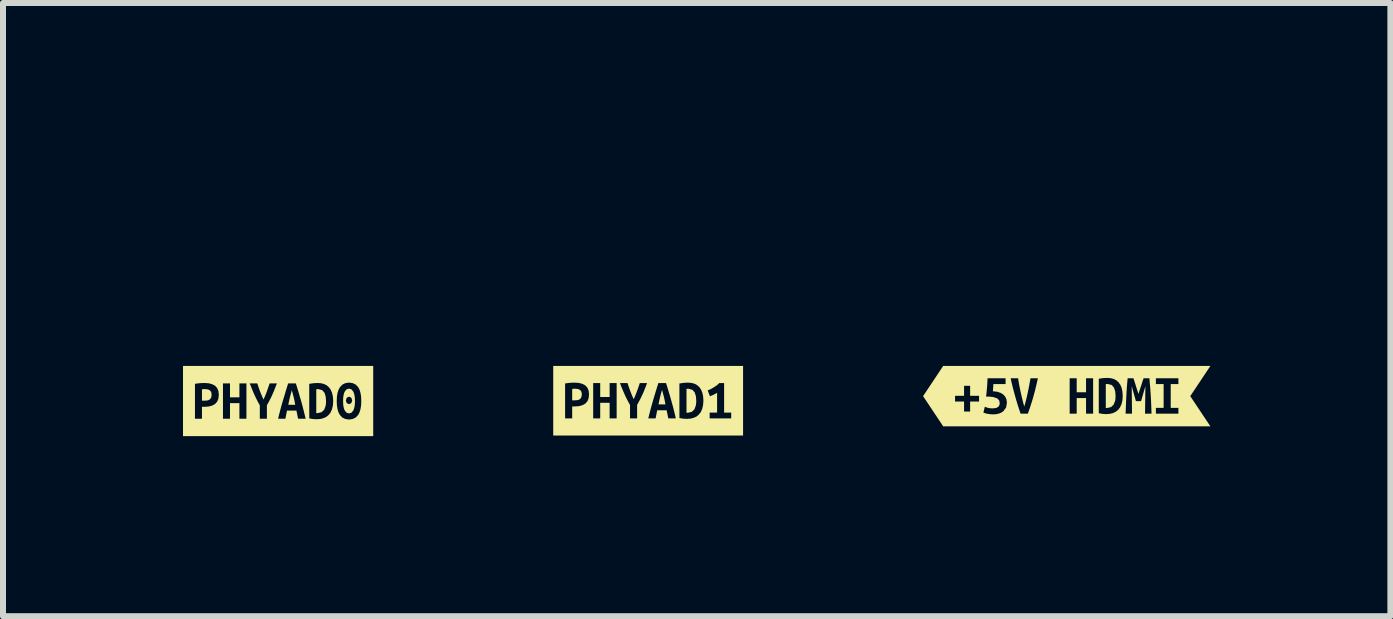
<source format=kicad_pcb>
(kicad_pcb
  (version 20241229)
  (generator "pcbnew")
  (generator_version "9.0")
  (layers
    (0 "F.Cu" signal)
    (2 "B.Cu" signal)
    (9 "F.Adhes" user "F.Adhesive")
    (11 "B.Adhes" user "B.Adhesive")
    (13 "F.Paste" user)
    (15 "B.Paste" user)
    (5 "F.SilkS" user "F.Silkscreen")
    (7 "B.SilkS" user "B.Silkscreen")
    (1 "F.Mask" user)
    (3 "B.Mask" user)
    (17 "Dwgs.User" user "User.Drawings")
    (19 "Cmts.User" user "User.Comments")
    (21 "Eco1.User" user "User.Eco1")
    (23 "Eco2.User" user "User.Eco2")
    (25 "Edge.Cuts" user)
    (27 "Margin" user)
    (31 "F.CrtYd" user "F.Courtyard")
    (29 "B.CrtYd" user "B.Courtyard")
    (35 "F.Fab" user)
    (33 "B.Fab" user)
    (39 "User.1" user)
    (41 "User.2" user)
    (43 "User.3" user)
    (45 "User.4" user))
  (footprint "kibuzzard-65A8FECF"
    (layer "F.Cu")
    (at 7.752 3.629)
    (property "Reference" "kibuzzard-65A8FECF" (at 0 -3.628 0) (layer "F.SilkS") (effects (font (size 0.001 0.001) (thickness 0.15))))
    (attr board_only exclude_from_pos_files exclude_from_bom)
    (fp_poly (pts (xy 0.231 -0.181) (xy 0.213 -0.118) (xy 0.198 -0.059) (xy 0.185 0) (xy 0.173 0.061) (xy 0.288 0.061) (xy 0.277 0) (xy 0.264 -0.059) (xy 0.249 -0.118) (xy 0.231 -0.181)) (stroke (width 0) (type solid)) (fill yes) (layer "F.SilkS"))
    (fp_poly (pts (xy -1.208 -0.2) (xy -1.237 -0.2) (xy -1.266 -0.197) (xy -1.266 -0.007) (xy -1.219 -0.007) (xy -1.169 -0.012) (xy -1.134 -0.029) (xy -1.113 -0.059) (xy -1.105 -0.106) (xy -1.112 -0.15) (xy -1.133 -0.179) (xy -1.166 -0.195) (xy -1.208 -0.2)) (stroke (width 0) (type solid)) (fill yes) (layer "F.SilkS"))
    (fp_poly (pts (xy 0.639 0.199) (xy 0.649 0.2) (xy 0.66 0.2) (xy 0.727 0.185) (xy 0.771 0.143) (xy 0.794 0.08) (xy 0.8 0.041) (xy 0.802 -0.001) (xy 0.796 -0.075) (xy 0.776 -0.139) (xy 0.737 -0.183) (xy 0.673 -0.2) (xy 0.656 -0.2) (xy 0.639 -0.197) (xy 0.639 0.199)) (stroke (width 0) (type solid)) (fill yes) (layer "F.SilkS"))
    (fp_poly (pts (xy -1.384 -0.58) (xy -1.582 -0.58) (xy -1.582 0.58) (xy -1.384 0.58) (xy -1.266 0.58) (xy -1.266 0.294) (xy -1.384 0.294) (xy -1.384 -0.288) (xy -1.345 -0.294) (xy -1.302 -0.299) (xy -1.259 -0.301) (xy -1.222 -0.302) (xy -1.152 -0.297) (xy -1.094 -0.281) (xy -1.047 -0.256) (xy -1.013 -0.218) (xy -0.992 -0.168) (xy -0.985 -0.105) (xy -0.992 -0.041) (xy -1.013 0.01) (xy -1.048 0.048) (xy -1.095 0.074) (xy -1.154 0.09) (xy -1.224 0.095) (xy -1.266 0.095) (xy -1.266 0.294) (xy -1.266 0.58) (xy -0.525 0.58) (xy -0.525 0.294) (xy -0.642 0.294) (xy -0.642 0.034) (xy -0.799 0.034) (xy -0.799 0.294) (xy -0.916 0.294) (xy -0.916 -0.295) (xy -0.799 -0.295) (xy -0.799 -0.063) (xy -0.642 -0.063) (xy -0.642 -0.295) (xy -0.525 -0.295) (xy -0.525 0.294) (xy -0.525 0.58) (xy -0.184 0.58) (xy -0.184 0.294) (xy -0.302 0.294) (xy -0.302 0.07) (xy -0.336 0.009) (xy -0.367 -0.051) (xy -0.394 -0.11) (xy -0.42 -0.17) (xy -0.446 -0.232) (xy -0.47 -0.295) (xy -0.344 -0.295) (xy -0.321 -0.226) (xy -0.296 -0.156) (xy -0.269 -0.088) (xy -0.241 -0.026) (xy -0.216 -0.081) (xy -0.189 -0.151) (xy -0.175 -0.189) (xy -0.162 -0.227) (xy -0.139 -0.295) (xy -0.018 -0.295) (xy -0.036 -0.247) (xy -0.054 -0.201) (xy -0.072 -0.155) (xy -0.092 -0.11) (xy -0.113 -0.066) (xy -0.135 -0.021) (xy -0.159 0.023) (xy -0.184 0.07) (xy -0.184 0.294) (xy -0.184 0.58) (xy 0.336 0.58) (xy 0.336 0.294) (xy 0.308 0.158) (xy 0.151 0.158) (xy 0.124 0.294) (xy 0.002 0.294) (xy 0.019 0.226) (xy 0.036 0.16) (xy 0.053 0.096) (xy 0.07 0.035) (xy 0.087 -0.023) (xy 0.108 -0.094) (xy 0.129 -0.163) (xy 0.15 -0.23) (xy 0.17 -0.295) (xy 0.298 -0.295) (xy 0.319 -0.23) (xy 0.339 -0.162) (xy 0.36 -0.092) (xy 0.381 -0.02) (xy 0.397 0.039) (xy 0.414 0.1) (xy 0.43 0.163) (xy 0.446 0.227) (xy 0.461 0.294) (xy 0.336 0.294) (xy 0.336 0.58) (xy 0.647 0.58) (xy 0.647 0.302) (xy 0.586 0.299) (xy 0.521 0.288) (xy 0.521 -0.288) (xy 0.597 -0.299) (xy 0.662 -0.302) (xy 0.718 -0.298) (xy 0.769 -0.285) (xy 0.813 -0.263) (xy 0.85 -0.231) (xy 0.88 -0.189) (xy 0.902 -0.138) (xy 0.916 -0.075) (xy 0.921 -0.001) (xy 0.915 0.075) (xy 0.9 0.139) (xy 0.876 0.191) (xy 0.843 0.232) (xy 0.804 0.264) (xy 0.757 0.285) (xy 0.705 0.298) (xy 0.647 0.302) (xy 0.647 0.58) (xy 1.384 0.58) (xy 1.384 0.294) (xy 1.025 0.294) (xy 1.025 0.197) (xy 1.149 0.197) (xy 1.149 -0.132) (xy 1.088 -0.099) (xy 1.03 -0.075) (xy 0.992 -0.172) (xy 1.042 -0.194) (xy 1.095 -0.224) (xy 1.145 -0.258) (xy 1.186 -0.295) (xy 1.266 -0.295) (xy 1.266 0.197) (xy 1.384 0.197) (xy 1.384 0.294) (xy 1.384 0.58) (xy 1.582 0.58) (xy 1.582 -0.58) (xy 1.384 -0.58) (xy -1.384 -0.58)) (stroke (width 0) (type solid)) (fill yes) (layer "F.SilkS")))
  (footprint "kibuzzard-659EADF0"
    (layer "F.Cu")
    (at 14.728 3.552)
    (property "Reference" "kibuzzard-659EADF0" (at 0 -3.551 0) (layer "F.SilkS") (effects (font (size 0.001 0.001) (thickness 0.15))))
    (attr board_only exclude_from_pos_files exclude_from_bom)
    (fp_poly (pts (xy 0.651 0.197) (xy 0.662 0.198) (xy 0.672 0.198) (xy 0.739 0.182) (xy 0.783 0.14) (xy 0.807 0.077) (xy 0.812 0.039) (xy 0.814 -0.003) (xy 0.808 -0.078) (xy 0.788 -0.141) (xy 0.749 -0.186) (xy 0.685 -0.202) (xy 0.668 -0.202) (xy 0.651 -0.2) (xy 0.651 0.197)) (stroke (width 0) (type solid)) (fill yes) (layer "F.SilkS"))
    (fp_poly (pts (xy -1.861 -0.503) (xy -2.059 -0.503) (xy -2.394 0) (xy -2.059 0.503) (xy -1.861 0.503) (xy -1.61 0.503) (xy -1.61 0.256) (xy -1.711 0.256) (xy -1.711 0.09) (xy -1.861 0.09) (xy -1.861 -0.006) (xy -1.711 -0.006) (xy -1.711 -0.172) (xy -1.61 -0.172) (xy -1.61 -0.006) (xy -1.461 -0.006) (xy -1.461 0.09) (xy -1.61 0.09) (xy -1.61 0.256) (xy -1.61 0.503) (xy -1.23 0.503) (xy -1.23 0.304) (xy -1.277 0.301) (xy -1.323 0.294) (xy -1.362 0.284) (xy -1.389 0.274) (xy -1.365 0.177) (xy -1.312 0.196) (xy -1.276 0.202) (xy -1.231 0.204) (xy -1.174 0.197) (xy -1.139 0.177) (xy -1.122 0.15) (xy -1.117 0.119) (xy -1.125 0.073) (xy -1.157 0.038) (xy -1.226 0.015) (xy -1.278 0.009) (xy -1.344 0.007) (xy -1.335 -0.072) (xy -1.328 -0.15) (xy -1.323 -0.225) (xy -1.32 -0.298) (xy -1.019 -0.298) (xy -1.019 -0.201) (xy -1.222 -0.201) (xy -1.226 -0.137) (xy -1.231 -0.082) (xy -1.159 -0.073) (xy -1.1 -0.054) (xy -1.055 -0.025) (xy -1.023 0.012) (xy -1.003 0.059) (xy -0.997 0.114) (xy -1.011 0.19) (xy -1.055 0.25) (xy -1.088 0.273) (xy -1.128 0.29) (xy -1.176 0.301) (xy -1.23 0.304) (xy -1.23 0.503) (xy -0.769 0.503) (xy -0.769 0.292) (xy -0.793 0.222) (xy -0.818 0.143) (xy -0.835 0.088) (xy -0.851 0.033) (xy -0.866 -0.022) (xy -0.881 -0.076) (xy -0.895 -0.128) (xy -0.907 -0.178) (xy -0.923 -0.244) (xy -0.934 -0.298) (xy -0.81 -0.298) (xy -0.803 -0.248) (xy -0.793 -0.191) (xy -0.781 -0.13) (xy -0.768 -0.067) (xy -0.753 -0.003) (xy -0.738 0.06) (xy -0.723 0.119) (xy -0.707 0.172) (xy -0.692 0.12) (xy -0.677 0.061) (xy -0.662 -0.002) (xy -0.648 -0.066) (xy -0.635 -0.129) (xy -0.623 -0.191) (xy -0.613 -0.248) (xy -0.604 -0.298) (xy -0.481 -0.298) (xy -0.494 -0.237) (xy -0.51 -0.17) (xy -0.527 -0.098) (xy -0.548 -0.022) (xy -0.562 0.03) (xy -0.578 0.083) (xy -0.595 0.136) (xy -0.612 0.189) (xy -0.63 0.241) (xy -0.648 0.292) (xy -0.769 0.292) (xy -0.769 0.503) (xy 0.44 0.503) (xy 0.44 0.292) (xy 0.322 0.292) (xy 0.322 0.032) (xy 0.166 0.032) (xy 0.166 0.292) (xy 0.049 0.292) (xy 0.049 -0.298) (xy 0.166 -0.298) (xy 0.166 -0.065) (xy 0.322 -0.065) (xy 0.322 -0.298) (xy 0.44 -0.298) (xy 0.44 0.292) (xy 0.44 0.503) (xy 0.66 0.503) (xy 0.66 0.3) (xy 0.598 0.296) (xy 0.534 0.285) (xy 0.534 -0.29) (xy 0.609 -0.301) (xy 0.675 -0.304) (xy 0.73 -0.3) (xy 0.781 -0.287) (xy 0.825 -0.265) (xy 0.862 -0.233) (xy 0.892 -0.192) (xy 0.914 -0.14) (xy 0.928 -0.078) (xy 0.933 -0.003) (xy 0.928 0.073) (xy 0.912 0.136) (xy 0.888 0.188) (xy 0.856 0.23) (xy 0.816 0.261) (xy 0.77 0.283) (xy 0.717 0.295) (xy 0.66 0.3) (xy 0.66 0.503) (xy 1.413 0.503) (xy 1.413 0.292) (xy 1.305 0.292) (xy 1.311 -0.166) (xy 1.239 0.083) (xy 1.153 0.083) (xy 1.083 -0.166) (xy 1.088 0.292) (xy 0.981 0.292) (xy 0.984 0.218) (xy 0.987 0.141) (xy 0.99 0.064) (xy 0.994 -0.014) (xy 0.998 -0.09) (xy 1.003 -0.163) (xy 1.009 -0.233) (xy 1.015 -0.298) (xy 1.112 -0.298) (xy 1.129 -0.246) (xy 1.15 -0.179) (xy 1.173 -0.105) (xy 1.195 -0.037) (xy 1.219 -0.11) (xy 1.243 -0.182) (xy 1.263 -0.247) (xy 1.281 -0.298) (xy 1.378 -0.298) (xy 1.384 -0.221) (xy 1.391 -0.147) (xy 1.396 -0.074) (xy 1.401 -0.002) (xy 1.405 0.07) (xy 1.408 0.143) (xy 1.411 0.217) (xy 1.413 0.292) (xy 1.413 0.503) (xy 1.486 0.503) (xy 1.486 0.292) (xy 1.486 0.195) (xy 1.615 0.195) (xy 1.615 -0.201) (xy 1.486 -0.201) (xy 1.486 -0.298) (xy 1.861 -0.298) (xy 1.861 -0.201) (xy 1.733 -0.201) (xy 1.733 0.195) (xy 1.861 0.195) (xy 1.861 0.292) (xy 1.486 0.292) (xy 1.486 0.503) (xy 1.861 0.503) (xy 2.059 0.503) (xy 2.394 0.503) (xy 2.059 0) (xy 2.394 -0.503) (xy 2.059 -0.503) (xy 1.861 -0.503) (xy -1.861 -0.503)) (stroke (width 0) (type solid)) (fill yes) (layer "F.SilkS")))
  (footprint "kibuzzard-65A8FEBE"
    (layer "F.Cu")
    (at 1.585 3.634)
    (property "Reference" "kibuzzard-65A8FEBE" (at 0 -3.633 0) (layer "F.SilkS") (effects (font (size 0.001 0.001) (thickness 0.15))))
    (attr board_only exclude_from_pos_files exclude_from_bom)
    (fp_poly (pts (xy 0.228 -0.18) (xy 0.211 -0.117) (xy 0.195 -0.058) (xy 0.182 0.001) (xy 0.17 0.062) (xy 0.285 0.062) (xy 0.274 0.001) (xy 0.261 -0.058) (xy 0.246 -0.117) (xy 0.228 -0.18)) (stroke (width 0) (type solid)) (fill yes) (layer "F.SilkS"))
    (fp_poly (pts (xy -1.211 -0.199) (xy -1.24 -0.199) (xy -1.269 -0.196) (xy -1.269 -0.006) (xy -1.222 -0.006) (xy -1.172 -0.011) (xy -1.137 -0.028) (xy -1.115 -0.058) (xy -1.108 -0.105) (xy -1.115 -0.149) (xy -1.136 -0.178) (xy -1.169 -0.194) (xy -1.211 -0.199)) (stroke (width 0) (type solid)) (fill yes) (layer "F.SilkS"))
    (fp_poly (pts (xy 0.636 0.2) (xy 0.646 0.201) (xy 0.657 0.201) (xy 0.724 0.186) (xy 0.768 0.144) (xy 0.792 0.08) (xy 0.797 0.042) (xy 0.799 0) (xy 0.793 -0.074) (xy 0.773 -0.138) (xy 0.734 -0.182) (xy 0.67 -0.199) (xy 0.653 -0.199) (xy 0.636 -0.196) (xy 0.636 0.2)) (stroke (width 0) (type solid)) (fill yes) (layer "F.SilkS"))
    (fp_poly (pts (xy 1.281 -0.001) (xy 1.278 -0.063) (xy 1.269 -0.114) (xy 1.255 -0.155) (xy 1.224 -0.194) (xy 1.182 -0.208) (xy 1.139 -0.194) (xy 1.108 -0.155) (xy 1.094 -0.114) (xy 1.085 -0.063) (xy 1.083 -0.001) (xy 1.085 0.062) (xy 1.094 0.113) (xy 1.108 0.154) (xy 1.139 0.193) (xy 1.182 0.207) (xy 1.183 0.206) (xy 1.183 0.052) (xy 1.143 0.034) (xy 1.129 -0.01) (xy 1.143 -0.055) (xy 1.183 -0.074) (xy 1.22 -0.055) (xy 1.235 -0.01) (xy 1.22 0.034) (xy 1.183 0.052) (xy 1.183 0.206) (xy 1.224 0.193) (xy 1.255 0.154) (xy 1.269 0.113) (xy 1.278 0.062) (xy 1.281 -0.001)) (stroke (width 0) (type solid)) (fill yes) (layer "F.SilkS"))
    (fp_poly (pts (xy -1.386 -0.585) (xy -1.585 -0.585) (xy -1.585 0.585) (xy -1.386 0.585) (xy -1.269 0.585) (xy -1.269 0.295) (xy -1.386 0.295) (xy -1.386 -0.287) (xy -1.348 -0.293) (xy -1.304 -0.298) (xy -1.262 -0.3) (xy -1.224 -0.301) (xy -1.155 -0.296) (xy -1.097 -0.28) (xy -1.05 -0.255) (xy -1.016 -0.217) (xy -0.995 -0.167) (xy -0.988 -0.104) (xy -0.995 -0.04) (xy -1.016 0.011) (xy -1.051 0.049) (xy -1.098 0.075) (xy -1.157 0.091) (xy -1.227 0.096) (xy -1.269 0.096) (xy -1.269 0.295) (xy -1.269 0.585) (xy -0.528 0.585) (xy -0.528 0.295) (xy -0.645 0.295) (xy -0.645 0.035) (xy -0.802 0.035) (xy -0.802 0.295) (xy -0.919 0.295) (xy -0.919 -0.294) (xy -0.802 -0.294) (xy -0.802 -0.062) (xy -0.645 -0.062) (xy -0.645 -0.294) (xy -0.528 -0.294) (xy -0.528 0.295) (xy -0.528 0.585) (xy -0.187 0.585) (xy -0.187 0.295) (xy -0.305 0.295) (xy -0.305 0.071) (xy -0.339 0.01) (xy -0.369 -0.05) (xy -0.397 -0.109) (xy -0.423 -0.169) (xy -0.448 -0.231) (xy -0.473 -0.294) (xy -0.347 -0.294) (xy -0.324 -0.225) (xy -0.299 -0.155) (xy -0.271 -0.087) (xy -0.243 -0.025) (xy -0.219 -0.08) (xy -0.191 -0.15) (xy -0.178 -0.188) (xy -0.165 -0.226) (xy -0.141 -0.294) (xy -0.02 -0.294) (xy -0.039 -0.246) (xy -0.057 -0.2) (xy -0.075 -0.155) (xy -0.095 -0.11) (xy -0.115 -0.065) (xy -0.138 -0.02) (xy -0.161 0.024) (xy -0.187 0.07) (xy -0.187 0.295) (xy -0.187 0.585) (xy 0.333 0.585) (xy 0.333 0.295) (xy 0.305 0.159) (xy 0.148 0.159) (xy 0.121 0.295) (xy -0.000476 0.295) (xy 0.016 0.227) (xy 0.033 0.161) (xy 0.05 0.097) (xy 0.067 0.036) (xy 0.084 -0.022) (xy 0.106 -0.093) (xy 0.126 -0.162) (xy 0.147 -0.229) (xy 0.167 -0.294) (xy 0.295 -0.294) (xy 0.316 -0.229) (xy 0.337 -0.161) (xy 0.357 -0.091) (xy 0.378 -0.02) (xy 0.395 0.04) (xy 0.411 0.101) (xy 0.427 0.164) (xy 0.443 0.228) (xy 0.459 0.295) (xy 0.333 0.295) (xy 0.333 0.585) (xy 0.644 0.585) (xy 0.644 0.303) (xy 0.583 0.3) (xy 0.519 0.289) (xy 0.519 -0.287) (xy 0.594 -0.298) (xy 0.66 -0.301) (xy 0.715 -0.297) (xy 0.766 -0.284) (xy 0.81 -0.262) (xy 0.847 -0.23) (xy 0.877 -0.188) (xy 0.899 -0.137) (xy 0.913 -0.074) (xy 0.918 0) (xy 0.913 0.076) (xy 0.897 0.14) (xy 0.873 0.192) (xy 0.841 0.233) (xy 0.801 0.265) (xy 0.754 0.286) (xy 0.702 0.299) (xy 0.644 0.303) (xy 0.644 0.585) (xy 1.182 0.585) (xy 1.182 0.308) (xy 1.12 0.299) (xy 1.069 0.274) (xy 1.029 0.231) (xy 1.006 0.188) (xy 0.99 0.135) (xy 0.98 0.072) (xy 0.977 -0.001) (xy 0.98 -0.073) (xy 0.99 -0.136) (xy 1.007 -0.188) (xy 1.03 -0.231) (xy 1.071 -0.274) (xy 1.121 -0.299) (xy 1.182 -0.308) (xy 1.243 -0.299) (xy 1.294 -0.274) (xy 1.334 -0.232) (xy 1.357 -0.189) (xy 1.373 -0.136) (xy 1.383 -0.074) (xy 1.386 -0.001) (xy 1.383 0.072) (xy 1.373 0.135) (xy 1.357 0.188) (xy 1.334 0.231) (xy 1.294 0.274) (xy 1.243 0.299) (xy 1.182 0.308) (xy 1.182 0.585) (xy 1.386 0.585) (xy 1.585 0.585) (xy 1.585 -0.585) (xy 1.386 -0.585) (xy -1.386 -0.585)) (stroke (width 0) (type solid)) (fill yes) (layer "F.SilkS")))
  (gr_rect
    (start -3 -3)
    (end 20.122 7.22)
    (stroke (width 0.1) (type default))
    (fill no)
    (layer "Edge.Cuts")))
</source>
